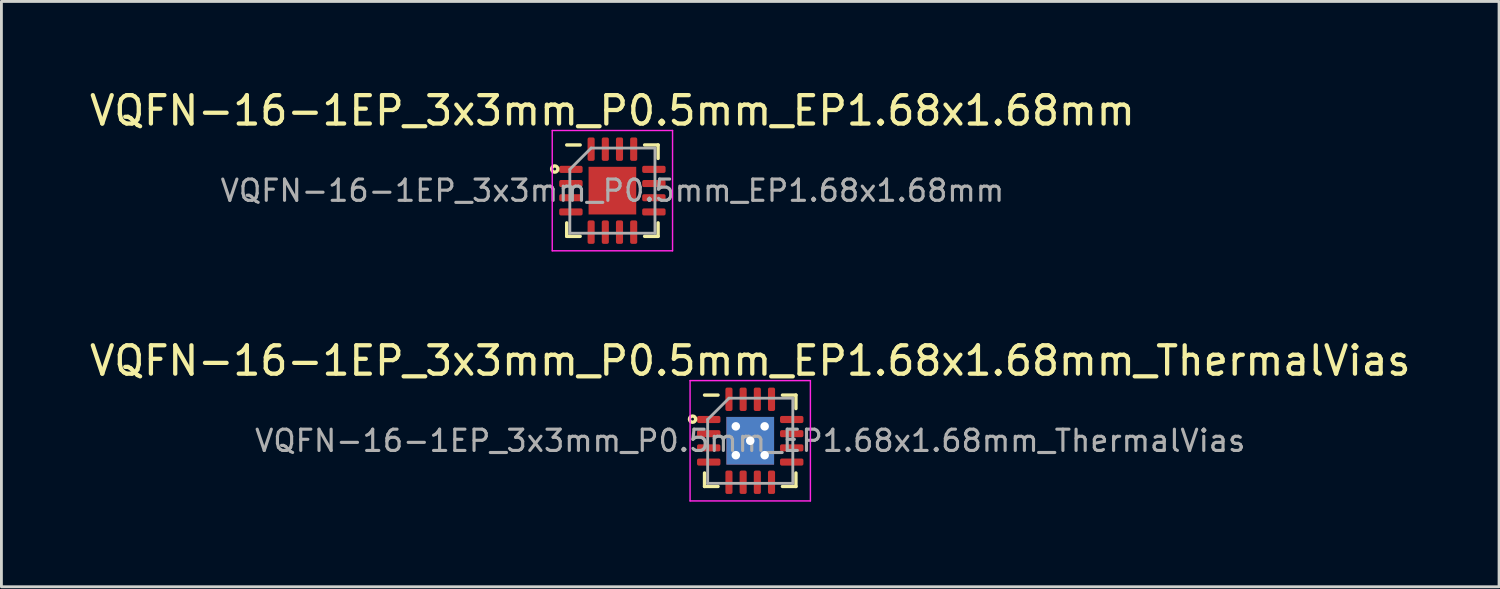
<source format=kicad_pcb>
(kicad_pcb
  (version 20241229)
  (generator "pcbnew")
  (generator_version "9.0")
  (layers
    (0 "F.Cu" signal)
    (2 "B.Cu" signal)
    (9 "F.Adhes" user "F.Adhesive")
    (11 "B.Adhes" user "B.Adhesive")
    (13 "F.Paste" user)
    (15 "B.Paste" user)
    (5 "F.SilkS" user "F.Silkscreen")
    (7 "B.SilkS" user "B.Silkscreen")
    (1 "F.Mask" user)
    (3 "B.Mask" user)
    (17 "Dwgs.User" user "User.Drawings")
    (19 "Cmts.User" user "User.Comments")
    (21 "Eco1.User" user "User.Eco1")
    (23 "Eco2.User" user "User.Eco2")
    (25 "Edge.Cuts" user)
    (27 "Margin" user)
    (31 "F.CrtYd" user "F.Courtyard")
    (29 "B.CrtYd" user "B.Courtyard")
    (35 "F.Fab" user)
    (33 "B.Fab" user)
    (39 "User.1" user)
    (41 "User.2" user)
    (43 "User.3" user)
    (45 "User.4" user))
  (footprint "VQFN-16-1EP_3x3mm_P0.5mm_EP1.68x1.68mm_ThermalVias"
    (layer "F.Cu")
    (at 23.387 12.482)
    (property "Reference" "VQFN-16-1EP_3x3mm_P0.5mm_EP1.68x1.68mm_ThermalVias" (at 0 -2.82 0) (layer "F.SilkS") (effects (font (size 1 1) (thickness 0.15))))
    (attr smd)
    (fp_line (start -1.61 1.61) (end -1.61 1.135) (stroke (width 0.12) (type solid)) (layer "F.SilkS"))
    (fp_line (start -1.135 -1.61) (end -1.61 -1.61) (stroke (width 0.12) (type solid)) (layer "F.SilkS"))
    (fp_line (start -1.135 1.61) (end -1.61 1.61) (stroke (width 0.12) (type solid)) (layer "F.SilkS"))
    (fp_line (start 1.135 -1.61) (end 1.61 -1.61) (stroke (width 0.12) (type solid)) (layer "F.SilkS"))
    (fp_line (start 1.135 1.61) (end 1.61 1.61) (stroke (width 0.12) (type solid)) (layer "F.SilkS"))
    (fp_line (start 1.61 -1.61) (end 1.61 -1.135) (stroke (width 0.12) (type solid)) (layer "F.SilkS"))
    (fp_line (start 1.61 1.61) (end 1.61 1.135) (stroke (width 0.12) (type solid)) (layer "F.SilkS"))
    (fp_circle (center -2.032 -0.762) (end -1.982 -0.762) (stroke (width 0.12) (type solid)) (fill no) (layer "F.SilkS"))
    (fp_line (start -2.12 -2.12) (end -2.12 2.12) (stroke (width 0.05) (type solid)) (layer "F.CrtYd"))
    (fp_line (start -2.12 2.12) (end 2.12 2.12) (stroke (width 0.05) (type solid)) (layer "F.CrtYd"))
    (fp_line (start 2.12 -2.12) (end -2.12 -2.12) (stroke (width 0.05) (type solid)) (layer "F.CrtYd"))
    (fp_line (start 2.12 2.12) (end 2.12 -2.12) (stroke (width 0.05) (type solid)) (layer "F.CrtYd"))
    (fp_line (start -1.5 -0.75) (end -0.75 -1.5) (stroke (width 0.1) (type solid)) (layer "F.Fab"))
    (fp_line (start -1.5 1.5) (end -1.5 -0.75) (stroke (width 0.1) (type solid)) (layer "F.Fab"))
    (fp_line (start -0.75 -1.5) (end 1.5 -1.5) (stroke (width 0.1) (type solid)) (layer "F.Fab"))
    (fp_line (start 1.5 -1.5) (end 1.5 1.5) (stroke (width 0.1) (type solid)) (layer "F.Fab"))
    (fp_line (start 1.5 1.5) (end -1.5 1.5) (stroke (width 0.1) (type solid)) (layer "F.Fab"))
    (fp_text user "${REFERENCE}" (at 0 0 0) (layer "F.Fab") (effects (font (size 0.75 0.75) (thickness 0.11))))
    (pad "" smd roundrect (at -0.42 -0.42) (size 0.73 0.73) (layers "F.Paste") (roundrect_rratio 0.25))
    (pad "" smd roundrect (at -0.42 0.42) (size 0.73 0.73) (layers "F.Paste") (roundrect_rratio 0.25))
    (pad "" smd roundrect (at 0.42 -0.42) (size 0.73 0.73) (layers "F.Paste") (roundrect_rratio 0.25))
    (pad "" smd roundrect (at 0.42 0.42) (size 0.73 0.73) (layers "F.Paste") (roundrect_rratio 0.25))
    (pad "1" smd roundrect (at -1.462 -0.75) (size 0.825 0.25) (layers "F.Cu" "F.Mask" "F.Paste") (roundrect_rratio 0.25))
    (pad "2" smd roundrect (at -1.462 -0.25) (size 0.825 0.25) (layers "F.Cu" "F.Mask" "F.Paste") (roundrect_rratio 0.25))
    (pad "3" smd roundrect (at -1.462 0.25) (size 0.825 0.25) (layers "F.Cu" "F.Mask" "F.Paste") (roundrect_rratio 0.25))
    (pad "4" smd roundrect (at -1.462 0.75) (size 0.825 0.25) (layers "F.Cu" "F.Mask" "F.Paste") (roundrect_rratio 0.25))
    (pad "5" smd roundrect (at -0.75 1.462) (size 0.25 0.825) (layers "F.Cu" "F.Mask" "F.Paste") (roundrect_rratio 0.25))
    (pad "6" smd roundrect (at -0.25 1.462) (size 0.25 0.825) (layers "F.Cu" "F.Mask" "F.Paste") (roundrect_rratio 0.25))
    (pad "7" smd roundrect (at 0.25 1.462) (size 0.25 0.825) (layers "F.Cu" "F.Mask" "F.Paste") (roundrect_rratio 0.25))
    (pad "8" smd roundrect (at 0.75 1.462) (size 0.25 0.825) (layers "F.Cu" "F.Mask" "F.Paste") (roundrect_rratio 0.25))
    (pad "9" smd roundrect (at 1.462 0.75) (size 0.825 0.25) (layers "F.Cu" "F.Mask" "F.Paste") (roundrect_rratio 0.25))
    (pad "10" smd roundrect (at 1.462 0.25) (size 0.825 0.25) (layers "F.Cu" "F.Mask" "F.Paste") (roundrect_rratio 0.25))
    (pad "11" smd roundrect (at 1.462 -0.25) (size 0.825 0.25) (layers "F.Cu" "F.Mask" "F.Paste") (roundrect_rratio 0.25))
    (pad "12" smd roundrect (at 1.462 -0.75) (size 0.825 0.25) (layers "F.Cu" "F.Mask" "F.Paste") (roundrect_rratio 0.25))
    (pad "13" smd roundrect (at 0.75 -1.462) (size 0.25 0.825) (layers "F.Cu" "F.Mask" "F.Paste") (roundrect_rratio 0.25))
    (pad "14" smd roundrect (at 0.25 -1.462) (size 0.25 0.825) (layers "F.Cu" "F.Mask" "F.Paste") (roundrect_rratio 0.25))
    (pad "15" smd roundrect (at -0.25 -1.462) (size 0.25 0.825) (layers "F.Cu" "F.Mask" "F.Paste") (roundrect_rratio 0.25))
    (pad "16" smd roundrect (at -0.75 -1.462) (size 0.25 0.825) (layers "F.Cu" "F.Mask" "F.Paste") (roundrect_rratio 0.25))
    (pad "17" thru_hole circle (at -0.508 -0.508) (size 0.5 0.5) (drill 0.3) (layers "*.Cu"))
    (pad "17" thru_hole circle (at -0.508 0.508) (size 0.5 0.5) (drill 0.3) (layers "*.Cu"))
    (pad "17" thru_hole circle (at 0 0) (size 0.5 0.5) (drill 0.3) (layers "*.Cu"))
    (pad "17" smd rect (at 0 0) (size 1.68 1.68) (layers "F.Cu" "F.Mask"))
    (pad "17" smd rect (at 0 0) (size 1.68 1.68) (layers "B.Cu"))
    (pad "17" thru_hole circle (at 0.508 -0.508) (size 0.5 0.5) (drill 0.3) (layers "*.Cu"))
    (pad "17" thru_hole circle (at 0.508 0.508) (size 0.5 0.5) (drill 0.3) (layers "*.Cu")))
  (footprint "VQFN-16-1EP_3x3mm_P0.5mm_EP1.68x1.68mm"
    (layer "F.Cu")
    (at 18.53 3.668)
    (property "Reference" "VQFN-16-1EP_3x3mm_P0.5mm_EP1.68x1.68mm" (at 0 -2.82 0) (layer "F.SilkS") (effects (font (size 1 1) (thickness 0.15))))
    (attr smd)
    (fp_line (start -1.61 1.61) (end -1.61 1.135) (stroke (width 0.12) (type solid)) (layer "F.SilkS"))
    (fp_line (start -1.135 -1.61) (end -1.61 -1.61) (stroke (width 0.12) (type solid)) (layer "F.SilkS"))
    (fp_line (start -1.135 1.61) (end -1.61 1.61) (stroke (width 0.12) (type solid)) (layer "F.SilkS"))
    (fp_line (start 1.135 -1.61) (end 1.61 -1.61) (stroke (width 0.12) (type solid)) (layer "F.SilkS"))
    (fp_line (start 1.135 1.61) (end 1.61 1.61) (stroke (width 0.12) (type solid)) (layer "F.SilkS"))
    (fp_line (start 1.61 -1.61) (end 1.61 -1.135) (stroke (width 0.12) (type solid)) (layer "F.SilkS"))
    (fp_line (start 1.61 1.61) (end 1.61 1.135) (stroke (width 0.12) (type solid)) (layer "F.SilkS"))
    (fp_circle (center -2.032 -0.762) (end -1.982 -0.762) (stroke (width 0.12) (type solid)) (fill no) (layer "F.SilkS"))
    (fp_line (start -2.12 -2.12) (end -2.12 2.12) (stroke (width 0.05) (type solid)) (layer "F.CrtYd"))
    (fp_line (start -2.12 2.12) (end 2.12 2.12) (stroke (width 0.05) (type solid)) (layer "F.CrtYd"))
    (fp_line (start 2.12 -2.12) (end -2.12 -2.12) (stroke (width 0.05) (type solid)) (layer "F.CrtYd"))
    (fp_line (start 2.12 2.12) (end 2.12 -2.12) (stroke (width 0.05) (type solid)) (layer "F.CrtYd"))
    (fp_line (start -1.5 -0.75) (end -0.75 -1.5) (stroke (width 0.1) (type solid)) (layer "F.Fab"))
    (fp_line (start -1.5 1.5) (end -1.5 -0.75) (stroke (width 0.1) (type solid)) (layer "F.Fab"))
    (fp_line (start -0.75 -1.5) (end 1.5 -1.5) (stroke (width 0.1) (type solid)) (layer "F.Fab"))
    (fp_line (start 1.5 -1.5) (end 1.5 1.5) (stroke (width 0.1) (type solid)) (layer "F.Fab"))
    (fp_line (start 1.5 1.5) (end -1.5 1.5) (stroke (width 0.1) (type solid)) (layer "F.Fab"))
    (fp_text user "${REFERENCE}" (at 0 0 0) (layer "F.Fab") (effects (font (size 0.75 0.75) (thickness 0.11))))
    (pad "" smd roundrect (at -0.42 -0.42) (size 0.68 0.68) (layers "F.Paste") (roundrect_rratio 0.25))
    (pad "" smd roundrect (at -0.42 0.42) (size 0.68 0.68) (layers "F.Paste") (roundrect_rratio 0.25))
    (pad "" smd roundrect (at 0.42 -0.42) (size 0.68 0.68) (layers "F.Paste") (roundrect_rratio 0.25))
    (pad "" smd roundrect (at 0.42 0.42) (size 0.68 0.68) (layers "F.Paste") (roundrect_rratio 0.25))
    (pad "1" smd roundrect (at -1.462 -0.75) (size 0.825 0.25) (layers "F.Cu" "F.Mask" "F.Paste") (roundrect_rratio 0.25))
    (pad "2" smd roundrect (at -1.462 -0.25) (size 0.825 0.25) (layers "F.Cu" "F.Mask" "F.Paste") (roundrect_rratio 0.25))
    (pad "3" smd roundrect (at -1.462 0.25) (size 0.825 0.25) (layers "F.Cu" "F.Mask" "F.Paste") (roundrect_rratio 0.25))
    (pad "4" smd roundrect (at -1.462 0.75) (size 0.825 0.25) (layers "F.Cu" "F.Mask" "F.Paste") (roundrect_rratio 0.25))
    (pad "5" smd roundrect (at -0.75 1.462) (size 0.25 0.825) (layers "F.Cu" "F.Mask" "F.Paste") (roundrect_rratio 0.25))
    (pad "6" smd roundrect (at -0.25 1.462) (size 0.25 0.825) (layers "F.Cu" "F.Mask" "F.Paste") (roundrect_rratio 0.25))
    (pad "7" smd roundrect (at 0.25 1.462) (size 0.25 0.825) (layers "F.Cu" "F.Mask" "F.Paste") (roundrect_rratio 0.25))
    (pad "8" smd roundrect (at 0.75 1.462) (size 0.25 0.825) (layers "F.Cu" "F.Mask" "F.Paste") (roundrect_rratio 0.25))
    (pad "9" smd roundrect (at 1.462 0.75) (size 0.825 0.25) (layers "F.Cu" "F.Mask" "F.Paste") (roundrect_rratio 0.25))
    (pad "10" smd roundrect (at 1.462 0.25) (size 0.825 0.25) (layers "F.Cu" "F.Mask" "F.Paste") (roundrect_rratio 0.25))
    (pad "11" smd roundrect (at 1.462 -0.25) (size 0.825 0.25) (layers "F.Cu" "F.Mask" "F.Paste") (roundrect_rratio 0.25))
    (pad "12" smd roundrect (at 1.462 -0.75) (size 0.825 0.25) (layers "F.Cu" "F.Mask" "F.Paste") (roundrect_rratio 0.25))
    (pad "13" smd roundrect (at 0.75 -1.462) (size 0.25 0.825) (layers "F.Cu" "F.Mask" "F.Paste") (roundrect_rratio 0.25))
    (pad "14" smd roundrect (at 0.25 -1.462) (size 0.25 0.825) (layers "F.Cu" "F.Mask" "F.Paste") (roundrect_rratio 0.25))
    (pad "15" smd roundrect (at -0.25 -1.462) (size 0.25 0.825) (layers "F.Cu" "F.Mask" "F.Paste") (roundrect_rratio 0.25))
    (pad "16" smd roundrect (at -0.75 -1.462) (size 0.25 0.825) (layers "F.Cu" "F.Mask" "F.Paste") (roundrect_rratio 0.25))
    (pad "17" smd rect (at 0 0) (size 1.68 1.68) (layers "F.Cu" "F.Mask")))
  (gr_rect
    (start -3 -3)
    (end 49.774 17.627)
    (stroke (width 0.1) (type default))
    (fill no)
    (layer "Edge.Cuts")))
</source>
